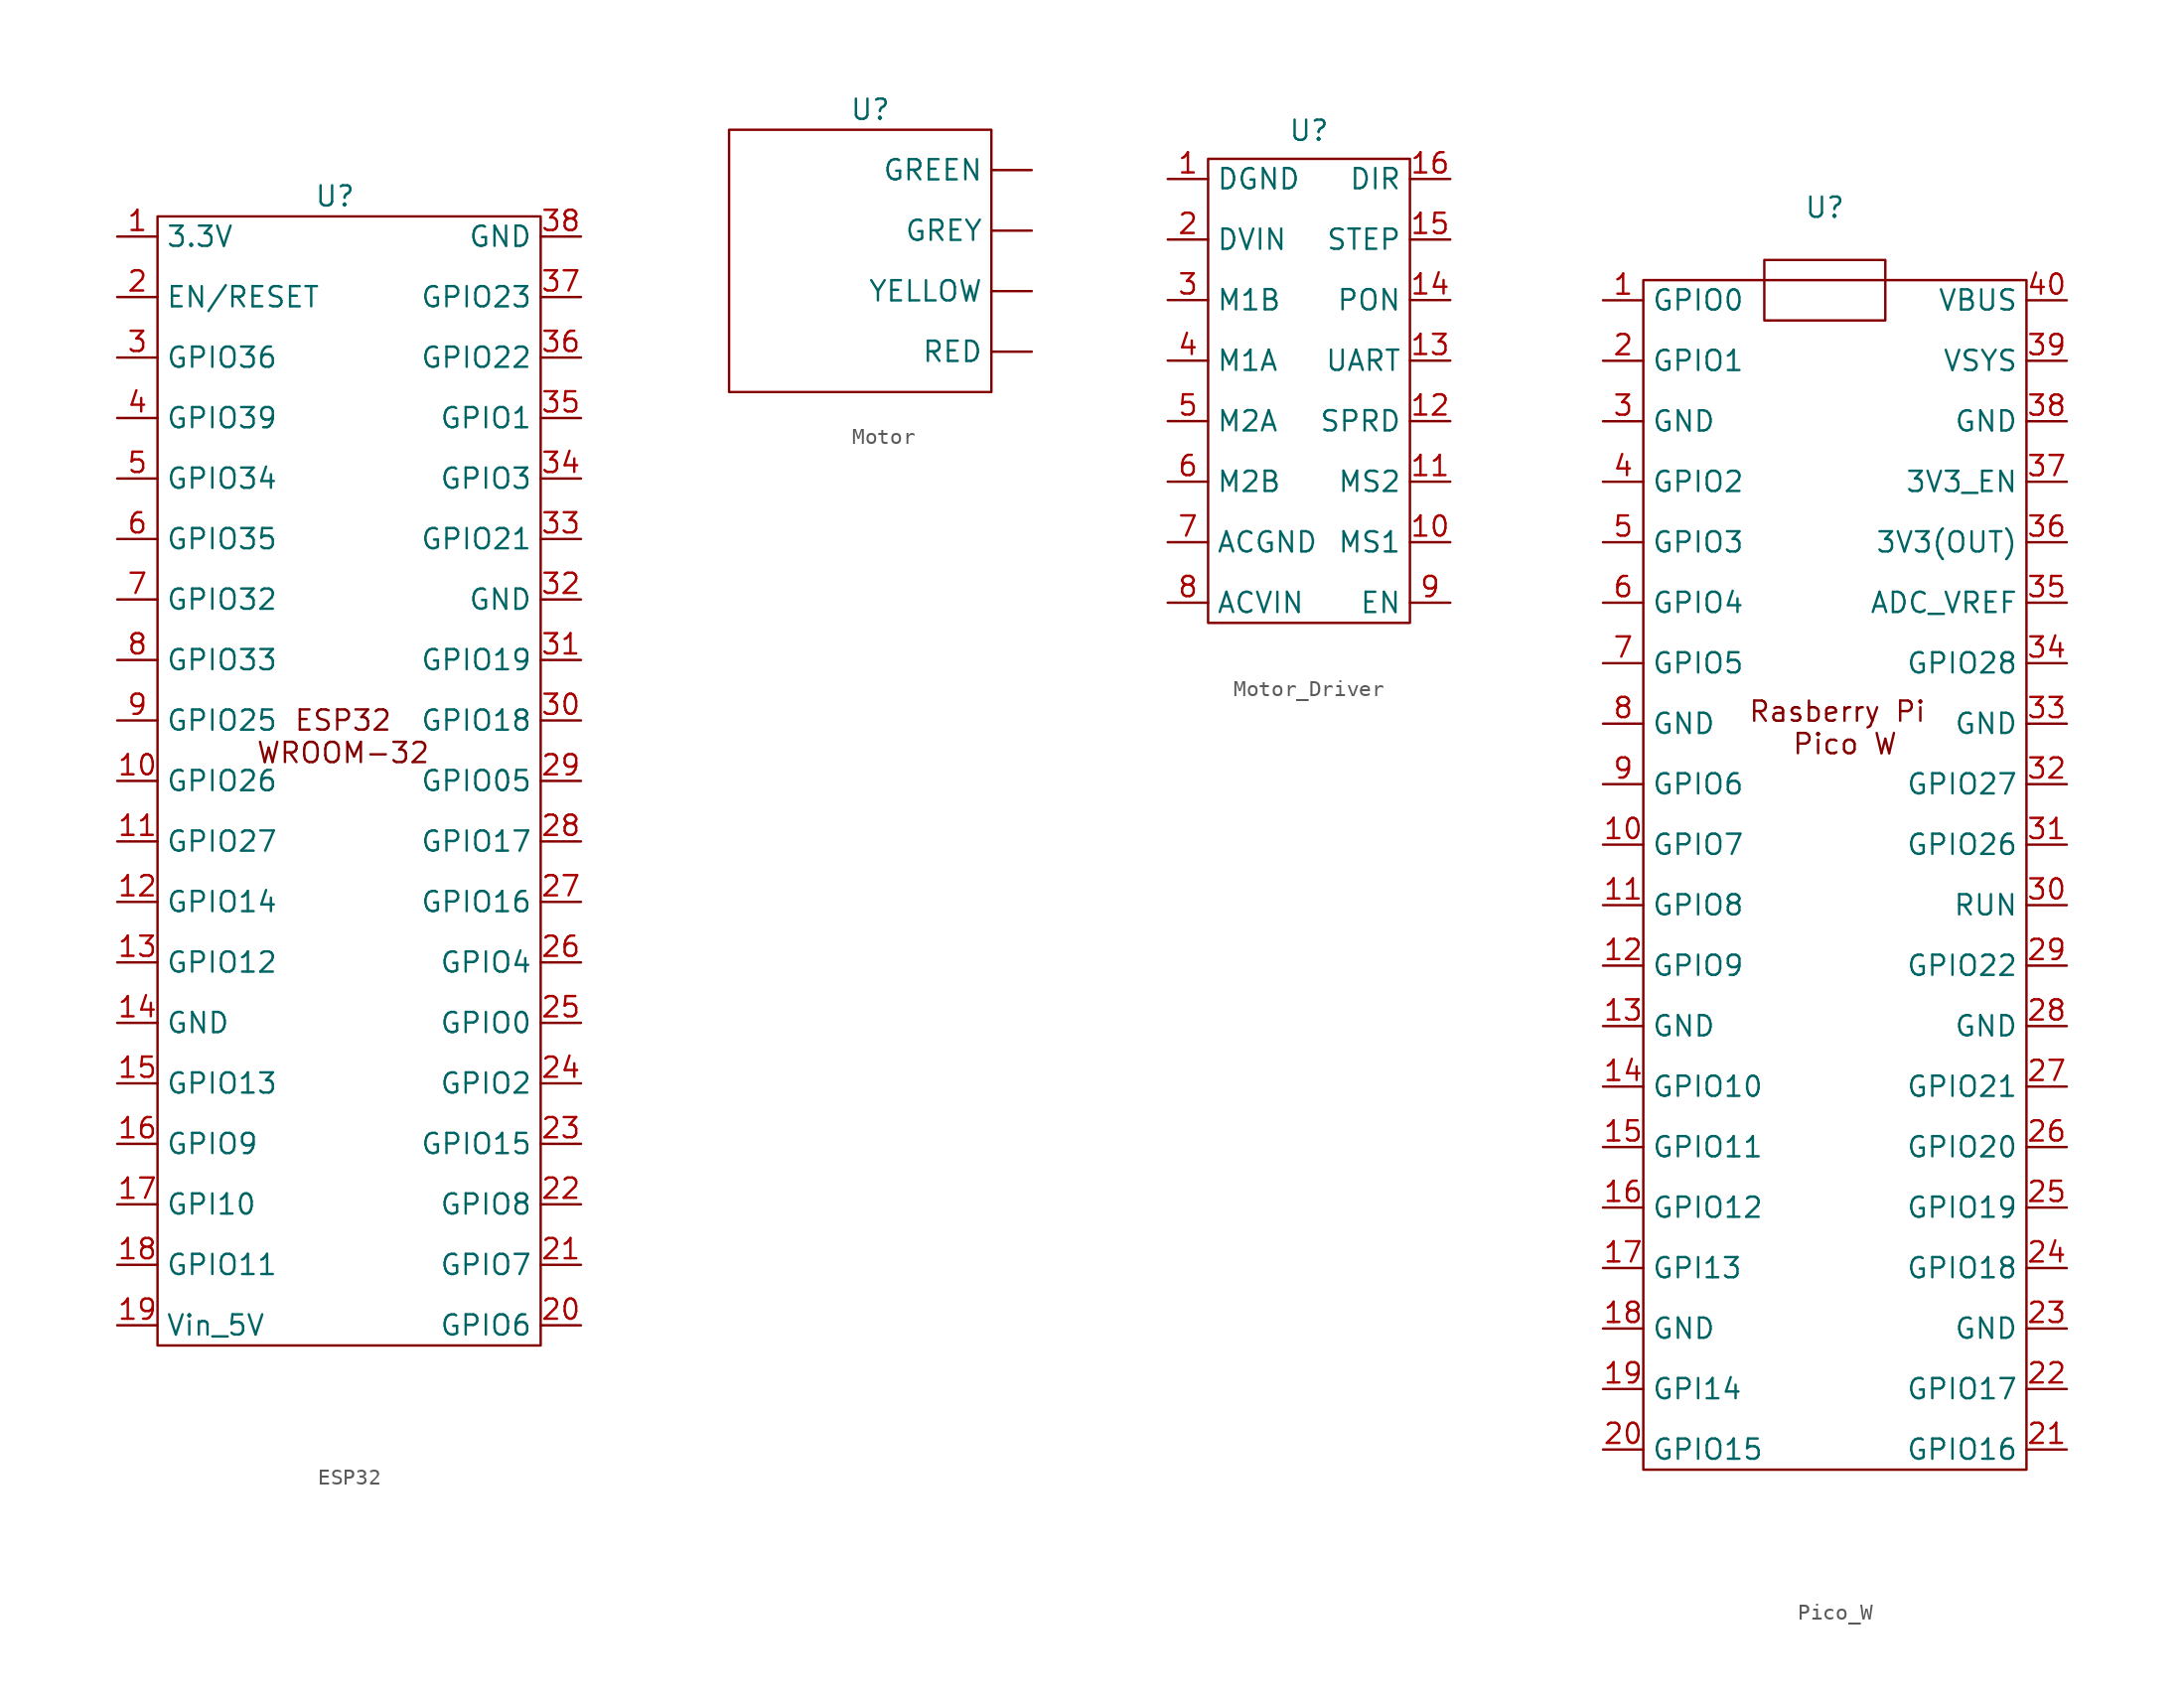
<source format=kicad_sym>
(kicad_symbol_lib
  (version 20241209)
  (generator "kicad_symbol_editor")
  (generator_version "9.0")
  (symbol "ESP32"
    (property "Reference" "U"
      (at -0.254 27.94 0)
      (effects (font (size 1.27 1.27))))
    (property "Value" ""
      (at -7.62 -33.02 0)
      (effects (font (size 1.27 1.27))))
    (symbol "ESP32_0_1"
      (rectangle (start -11.43 26.67) (end 12.7 -44.45) (stroke (width 0) (type default)) (fill (type none))))
    (symbol "ESP32_1_1"
      (text "ESP32\nWROOM-32\n" (at 0.254 -6.096 0) (effects (font (size 1.27 1.27))))
      (pin output line (at -13.97 25.4 0) (length 2.54) (name "3.3V" (effects (font (size 1.27 1.27)))) (number "1" (effects (font (size 1.27 1.27)))))
      (pin input line (at -13.97 21.59 0) (length 2.54) (name "EN/RESET" (effects (font (size 1.27 1.27)))) (number "2" (effects (font (size 1.27 1.27)))))
      (pin bidirectional line (at -13.97 17.78 0) (length 2.54) (name "GPIO36" (effects (font (size 1.27 1.27)))) (number "3" (effects (font (size 1.27 1.27)))))
      (pin bidirectional line (at -13.97 13.97 0) (length 2.54) (name "GPIO39" (effects (font (size 1.27 1.27)))) (number "4" (effects (font (size 1.27 1.27)))))
      (pin bidirectional line (at -13.97 10.16 0) (length 2.54) (name "GPIO34" (effects (font (size 1.27 1.27)))) (number "5" (effects (font (size 1.27 1.27)))))
      (pin bidirectional line (at -13.97 6.35 0) (length 2.54) (name "GPIO35" (effects (font (size 1.27 1.27)))) (number "6" (effects (font (size 1.27 1.27)))))
      (pin bidirectional line (at -13.97 2.54 0) (length 2.54) (name "GPIO32" (effects (font (size 1.27 1.27)))) (number "7" (effects (font (size 1.27 1.27)))))
      (pin bidirectional line (at -13.97 -1.27 0) (length 2.54) (name "GPIO33" (effects (font (size 1.27 1.27)))) (number "8" (effects (font (size 1.27 1.27)))))
      (pin bidirectional line (at -13.97 -5.08 0) (length 2.54) (name "GPIO25" (effects (font (size 1.27 1.27)))) (number "9" (effects (font (size 1.27 1.27)))))
      (pin bidirectional line (at -13.97 -8.89 0) (length 2.54) (name "GPIO26" (effects (font (size 1.27 1.27)))) (number "10" (effects (font (size 1.27 1.27)))))
      (pin bidirectional line (at -13.97 -12.7 0) (length 2.54) (name "GPIO27" (effects (font (size 1.27 1.27)))) (number "11" (effects (font (size 1.27 1.27)))))
      (pin bidirectional line (at -13.97 -16.51 0) (length 2.54) (name "GPIO14" (effects (font (size 1.27 1.27)))) (number "12" (effects (font (size 1.27 1.27)))))
      (pin bidirectional line (at -13.97 -20.32 0) (length 2.54) (name "GPIO12" (effects (font (size 1.27 1.27)))) (number "13" (effects (font (size 1.27 1.27)))))
      (pin power_out line (at -13.97 -24.13 0) (length 2.54) (name "GND" (effects (font (size 1.27 1.27)))) (number "14" (effects (font (size 1.27 1.27)))))
      (pin bidirectional line (at -13.97 -27.94 0) (length 2.54) (name "GPIO13" (effects (font (size 1.27 1.27)))) (number "15" (effects (font (size 1.27 1.27)))))
      (pin bidirectional line (at -13.97 -31.75 0) (length 2.54) (name "GPIO9" (effects (font (size 1.27 1.27)))) (number "16" (effects (font (size 1.27 1.27)))))
      (pin bidirectional line (at -13.97 -35.56 0) (length 2.54) (name "GPI10" (effects (font (size 1.27 1.27)))) (number "17" (effects (font (size 1.27 1.27)))))
      (pin bidirectional line (at -13.97 -39.37 0) (length 2.54) (name "GPIO11" (effects (font (size 1.27 1.27)))) (number "18" (effects (font (size 1.27 1.27)))))
      (pin input line (at -13.97 -43.18 0) (length 2.54) (name "Vin_5V" (effects (font (size 1.27 1.27)))) (number "19" (effects (font (size 1.27 1.27)))))
      (pin power_out line (at 15.24 25.4 180) (length 2.54) (name "GND" (effects (font (size 1.27 1.27)))) (number "38" (effects (font (size 1.27 1.27)))))
      (pin bidirectional line (at 15.24 21.59 180) (length 2.54) (name "GPIO23" (effects (font (size 1.27 1.27)))) (number "37" (effects (font (size 1.27 1.27)))))
      (pin bidirectional line (at 15.24 17.78 180) (length 2.54) (name "GPIO22" (effects (font (size 1.27 1.27)))) (number "36" (effects (font (size 1.27 1.27)))))
      (pin power_in line (at 15.24 13.97 180) (length 2.54) (name "GPIO1" (effects (font (size 1.27 1.27)))) (number "35" (effects (font (size 1.27 1.27)))))
      (pin bidirectional line (at 15.24 10.16 180) (length 2.54) (name "GPIO3" (effects (font (size 1.27 1.27)))) (number "34" (effects (font (size 1.27 1.27)))))
      (pin bidirectional line (at 15.24 6.35 180) (length 2.54) (name "GPIO21" (effects (font (size 1.27 1.27)))) (number "33" (effects (font (size 1.27 1.27)))))
      (pin power_out line (at 15.24 2.54 180) (length 2.54) (name "GND" (effects (font (size 1.27 1.27)))) (number "32" (effects (font (size 1.27 1.27)))))
      (pin bidirectional line (at 15.24 -1.27 180) (length 2.54) (name "GPIO19" (effects (font (size 1.27 1.27)))) (number "31" (effects (font (size 1.27 1.27)))))
      (pin bidirectional line (at 15.24 -5.08 180) (length 2.54) (name "GPIO18" (effects (font (size 1.27 1.27)))) (number "30" (effects (font (size 1.27 1.27)))))
      (pin bidirectional line (at 15.24 -8.89 180) (length 2.54) (name "GPIO05" (effects (font (size 1.27 1.27)))) (number "29" (effects (font (size 1.27 1.27)))))
      (pin bidirectional line (at 15.24 -12.7 180) (length 2.54) (name "GPIO17" (effects (font (size 1.27 1.27)))) (number "28" (effects (font (size 1.27 1.27)))))
      (pin bidirectional line (at 15.24 -16.51 180) (length 2.54) (name "GPIO16" (effects (font (size 1.27 1.27)))) (number "27" (effects (font (size 1.27 1.27)))))
      (pin bidirectional line (at 15.24 -20.32 180) (length 2.54) (name "GPIO4" (effects (font (size 1.27 1.27)))) (number "26" (effects (font (size 1.27 1.27)))))
      (pin bidirectional line (at 15.24 -24.13 180) (length 2.54) (name "GPIO0" (effects (font (size 1.27 1.27)))) (number "25" (effects (font (size 1.27 1.27)))))
      (pin bidirectional line (at 15.24 -27.94 180) (length 2.54) (name "GPIO2" (effects (font (size 1.27 1.27)))) (number "24" (effects (font (size 1.27 1.27)))))
      (pin bidirectional line (at 15.24 -31.75 180) (length 2.54) (name "GPIO15" (effects (font (size 1.27 1.27)))) (number "23" (effects (font (size 1.27 1.27)))))
      (pin bidirectional line (at 15.24 -35.56 180) (length 2.54) (name "GPIO8" (effects (font (size 1.27 1.27)))) (number "22" (effects (font (size 1.27 1.27)))))
      (pin bidirectional line (at 15.24 -39.37 180) (length 2.54) (name "GPIO7" (effects (font (size 1.27 1.27)))) (number "21" (effects (font (size 1.27 1.27)))))
      (pin bidirectional line (at 15.24 -43.18 180) (length 2.54) (name "GPIO6" (effects (font (size 1.27 1.27)))) (number "20" (effects (font (size 1.27 1.27)))))))
  (symbol "Motor"
    (property "Reference" "U"
      (at 0 8.89 0)
      (effects (font (size 1.27 1.27))))
    (property "Value" ""
      (at 0 0 0)
      (effects (font (size 1.27 1.27))))
    (symbol "Motor_0_1"
      (rectangle (start -8.89 7.62) (end 7.62 -8.89) (stroke (width 0) (type default)) (fill (type none))))
    (symbol "Motor_1_1"
      (pin input line (at 10.16 5.08 180) (length 2.54) (name "GREEN" (effects (font (size 1.27 1.27)))) (number "" (effects (font (size 1.27 1.27)))))
      (pin input line (at 10.16 1.27 180) (length 2.54) (name "GREY" (effects (font (size 1.27 1.27)))) (number "" (effects (font (size 1.27 1.27)))))
      (pin input line (at 10.16 -2.54 180) (length 2.54) (name "YELLOW" (effects (font (size 1.27 1.27)))) (number "" (effects (font (size 1.27 1.27)))))
      (pin input line (at 10.16 -6.35 180) (length 2.54) (name "RED" (effects (font (size 1.27 1.27)))) (number "" (effects (font (size 1.27 1.27)))))))
  (symbol "Motor_Driver"
    (property "Reference" "U"
      (at 0 4.318 0)
      (effects (font (size 1.27 1.27))))
    (property "Value" ""
      (at 0 0 0)
      (effects (font (size 1.27 1.27))))
    (symbol "Motor_Driver_0_1"
      (rectangle (start -6.35 2.54) (end 6.35 -26.67) (stroke (width 0) (type default)) (fill (type none))))
    (symbol "Motor_Driver_1_1"
      (pin power_out line (at -8.89 1.27 0) (length 2.54) (name "DGND" (effects (font (size 1.27 1.27)))) (number "1" (effects (font (size 1.27 1.27)))))
      (pin power_in line (at -8.89 -2.54 0) (length 2.54) (name "DVIN" (effects (font (size 1.27 1.27)))) (number "2" (effects (font (size 1.27 1.27)))))
      (pin output line (at -8.89 -6.35 0) (length 2.54) (name "M1B" (effects (font (size 1.27 1.27)))) (number "3" (effects (font (size 1.27 1.27)))))
      (pin output line (at -8.89 -10.16 0) (length 2.54) (name "M1A" (effects (font (size 1.27 1.27)))) (number "4" (effects (font (size 1.27 1.27)))))
      (pin output line (at -8.89 -13.97 0) (length 2.54) (name "M2A" (effects (font (size 1.27 1.27)))) (number "5" (effects (font (size 1.27 1.27)))))
      (pin output line (at -8.89 -17.78 0) (length 2.54) (name "M2B" (effects (font (size 1.27 1.27)))) (number "6" (effects (font (size 1.27 1.27)))))
      (pin power_in line (at -8.89 -21.59 0) (length 2.54) (name "ACGND" (effects (font (size 1.27 1.27)))) (number "7" (effects (font (size 1.27 1.27)))))
      (pin power_out line (at -8.89 -25.4 0) (length 2.54) (name "ACVIN" (effects (font (size 1.27 1.27)))) (number "8" (effects (font (size 1.27 1.27)))))
      (pin input line (at 8.89 1.27 180) (length 2.54) (name "DIR" (effects (font (size 1.27 1.27)))) (number "16" (effects (font (size 1.27 1.27)))))
      (pin input line (at 8.89 -2.54 180) (length 2.54) (name "STEP" (effects (font (size 1.27 1.27)))) (number "15" (effects (font (size 1.27 1.27)))))
      (pin input line (at 8.89 -6.35 180) (length 2.54) (name "PON" (effects (font (size 1.27 1.27)))) (number "14" (effects (font (size 1.27 1.27)))))
      (pin input line (at 8.89 -10.16 180) (length 2.54) (name "UART" (effects (font (size 1.27 1.27)))) (number "13" (effects (font (size 1.27 1.27)))))
      (pin input line (at 8.89 -13.97 180) (length 2.54) (name "SPRD" (effects (font (size 1.27 1.27)))) (number "12" (effects (font (size 1.27 1.27)))))
      (pin input line (at 8.89 -17.78 180) (length 2.54) (name "MS2" (effects (font (size 1.27 1.27)))) (number "11" (effects (font (size 1.27 1.27)))))
      (pin input line (at 8.89 -21.59 180) (length 2.54) (name "MS1" (effects (font (size 1.27 1.27)))) (number "10" (effects (font (size 1.27 1.27)))))
      (pin input line (at 8.89 -25.4 180) (length 2.54) (name "EN" (effects (font (size 1.27 1.27)))) (number "9" (effects (font (size 1.27 1.27)))))))
  (symbol "Pico_W"
    (property "Reference" "U"
      (at 0 38.862 0)
      (effects (font (size 1.27 1.27))))
    (property "Value" ""
      (at -2.54 12.7 0)
      (effects (font (size 1.27 1.27))))
    (symbol "Pico_W_0_1"
      (rectangle (start -11.43 34.29) (end 12.7 -40.64) (stroke (width 0) (type default)) (fill (type none)))
      (rectangle (start -3.81 35.56) (end 3.81 31.75) (stroke (width 0) (type default)) (fill (type none))))
    (symbol "Pico_W_1_1"
      (text "Rasberry Pi \nPico W" (at 1.27 6.096 0) (effects (font (size 1.27 1.27))))
      (pin bidirectional line (at -13.97 33.02 0) (length 2.54) (name "GPIO0" (effects (font (size 1.27 1.27)))) (number "1" (effects (font (size 1.27 1.27)))))
      (pin bidirectional line (at -13.97 29.21 0) (length 2.54) (name "GPIO1" (effects (font (size 1.27 1.27)))) (number "2" (effects (font (size 1.27 1.27)))))
      (pin power_out line (at -13.97 25.4 0) (length 2.54) (name "GND" (effects (font (size 1.27 1.27)))) (number "3" (effects (font (size 1.27 1.27)))))
      (pin bidirectional line (at -13.97 21.59 0) (length 2.54) (name "GPIO2" (effects (font (size 1.27 1.27)))) (number "4" (effects (font (size 1.27 1.27)))))
      (pin bidirectional line (at -13.97 17.78 0) (length 2.54) (name "GPIO3" (effects (font (size 1.27 1.27)))) (number "5" (effects (font (size 1.27 1.27)))))
      (pin bidirectional line (at -13.97 13.97 0) (length 2.54) (name "GPIO4" (effects (font (size 1.27 1.27)))) (number "6" (effects (font (size 1.27 1.27)))))
      (pin bidirectional line (at -13.97 10.16 0) (length 2.54) (name "GPIO5" (effects (font (size 1.27 1.27)))) (number "7" (effects (font (size 1.27 1.27)))))
      (pin power_out line (at -13.97 6.35 0) (length 2.54) (name "GND" (effects (font (size 1.27 1.27)))) (number "8" (effects (font (size 1.27 1.27)))))
      (pin bidirectional line (at -13.97 2.54 0) (length 2.54) (name "GPIO6" (effects (font (size 1.27 1.27)))) (number "9" (effects (font (size 1.27 1.27)))))
      (pin bidirectional line (at -13.97 -1.27 0) (length 2.54) (name "GPIO7" (effects (font (size 1.27 1.27)))) (number "10" (effects (font (size 1.27 1.27)))))
      (pin bidirectional line (at -13.97 -5.08 0) (length 2.54) (name "GPIO8" (effects (font (size 1.27 1.27)))) (number "11" (effects (font (size 1.27 1.27)))))
      (pin bidirectional line (at -13.97 -8.89 0) (length 2.54) (name "GPIO9" (effects (font (size 1.27 1.27)))) (number "12" (effects (font (size 1.27 1.27)))))
      (pin power_out line (at -13.97 -12.7 0) (length 2.54) (name "GND" (effects (font (size 1.27 1.27)))) (number "13" (effects (font (size 1.27 1.27)))))
      (pin bidirectional line (at -13.97 -16.51 0) (length 2.54) (name "GPIO10" (effects (font (size 1.27 1.27)))) (number "14" (effects (font (size 1.27 1.27)))))
      (pin bidirectional line (at -13.97 -20.32 0) (length 2.54) (name "GPIO11" (effects (font (size 1.27 1.27)))) (number "15" (effects (font (size 1.27 1.27)))))
      (pin bidirectional line (at -13.97 -24.13 0) (length 2.54) (name "GPIO12" (effects (font (size 1.27 1.27)))) (number "16" (effects (font (size 1.27 1.27)))))
      (pin bidirectional line (at -13.97 -27.94 0) (length 2.54) (name "GPI13" (effects (font (size 1.27 1.27)))) (number "17" (effects (font (size 1.27 1.27)))))
      (pin bidirectional line (at -13.97 -31.75 0) (length 2.54) (name "GND" (effects (font (size 1.27 1.27)))) (number "18" (effects (font (size 1.27 1.27)))))
      (pin bidirectional line (at -13.97 -35.56 0) (length 2.54) (name "GPI14" (effects (font (size 1.27 1.27)))) (number "19" (effects (font (size 1.27 1.27)))))
      (pin bidirectional line (at -13.97 -39.37 0) (length 2.54) (name "GPIO15" (effects (font (size 1.27 1.27)))) (number "20" (effects (font (size 1.27 1.27)))))
      (pin power_in line (at 15.24 33.02 180) (length 2.54) (name "VBUS" (effects (font (size 1.27 1.27)))) (number "40" (effects (font (size 1.27 1.27)))))
      (pin power_in line (at 15.24 29.21 180) (length 2.54) (name "VSYS" (effects (font (size 1.27 1.27)))) (number "39" (effects (font (size 1.27 1.27)))))
      (pin power_out line (at 15.24 25.4 180) (length 2.54) (name "GND" (effects (font (size 1.27 1.27)))) (number "38" (effects (font (size 1.27 1.27)))))
      (pin power_out line (at 15.24 21.59 180) (length 2.54) (name "3V3_EN" (effects (font (size 1.27 1.27)))) (number "37" (effects (font (size 1.27 1.27)))))
      (pin power_out line (at 15.24 17.78 180) (length 2.54) (name "3V3(OUT)" (effects (font (size 1.27 1.27)))) (number "36" (effects (font (size 1.27 1.27)))))
      (pin power_in line (at 15.24 13.97 180) (length 2.54) (name "ADC_VREF" (effects (font (size 1.27 1.27)))) (number "35" (effects (font (size 1.27 1.27)))))
      (pin bidirectional line (at 15.24 10.16 180) (length 2.54) (name "GPIO28" (effects (font (size 1.27 1.27)))) (number "34" (effects (font (size 1.27 1.27)))))
      (pin power_out line (at 15.24 6.35 180) (length 2.54) (name "GND" (effects (font (size 1.27 1.27)))) (number "33" (effects (font (size 1.27 1.27)))))
      (pin bidirectional line (at 15.24 2.54 180) (length 2.54) (name "GPIO27" (effects (font (size 1.27 1.27)))) (number "32" (effects (font (size 1.27 1.27)))))
      (pin bidirectional line (at 15.24 -1.27 180) (length 2.54) (name "GPIO26" (effects (font (size 1.27 1.27)))) (number "31" (effects (font (size 1.27 1.27)))))
      (pin bidirectional line (at 15.24 -5.08 180) (length 2.54) (name "RUN" (effects (font (size 1.27 1.27)))) (number "30" (effects (font (size 1.27 1.27)))))
      (pin bidirectional line (at 15.24 -8.89 180) (length 2.54) (name "GPIO22" (effects (font (size 1.27 1.27)))) (number "29" (effects (font (size 1.27 1.27)))))
      (pin power_out line (at 15.24 -12.7 180) (length 2.54) (name "GND" (effects (font (size 1.27 1.27)))) (number "28" (effects (font (size 1.27 1.27)))))
      (pin bidirectional line (at 15.24 -16.51 180) (length 2.54) (name "GPIO21" (effects (font (size 1.27 1.27)))) (number "27" (effects (font (size 1.27 1.27)))))
      (pin bidirectional line (at 15.24 -20.32 180) (length 2.54) (name "GPIO20" (effects (font (size 1.27 1.27)))) (number "26" (effects (font (size 1.27 1.27)))))
      (pin bidirectional line (at 15.24 -24.13 180) (length 2.54) (name "GPIO19" (effects (font (size 1.27 1.27)))) (number "25" (effects (font (size 1.27 1.27)))))
      (pin bidirectional line (at 15.24 -27.94 180) (length 2.54) (name "GPIO18" (effects (font (size 1.27 1.27)))) (number "24" (effects (font (size 1.27 1.27)))))
      (pin power_out line (at 15.24 -31.75 180) (length 2.54) (name "GND" (effects (font (size 1.27 1.27)))) (number "23" (effects (font (size 1.27 1.27)))))
      (pin bidirectional line (at 15.24 -35.56 180) (length 2.54) (name "GPIO17" (effects (font (size 1.27 1.27)))) (number "22" (effects (font (size 1.27 1.27)))))
      (pin bidirectional line (at 15.24 -39.37 180) (length 2.54) (name "GPIO16" (effects (font (size 1.27 1.27)))) (number "21" (effects (font (size 1.27 1.27))))))))
</source>
